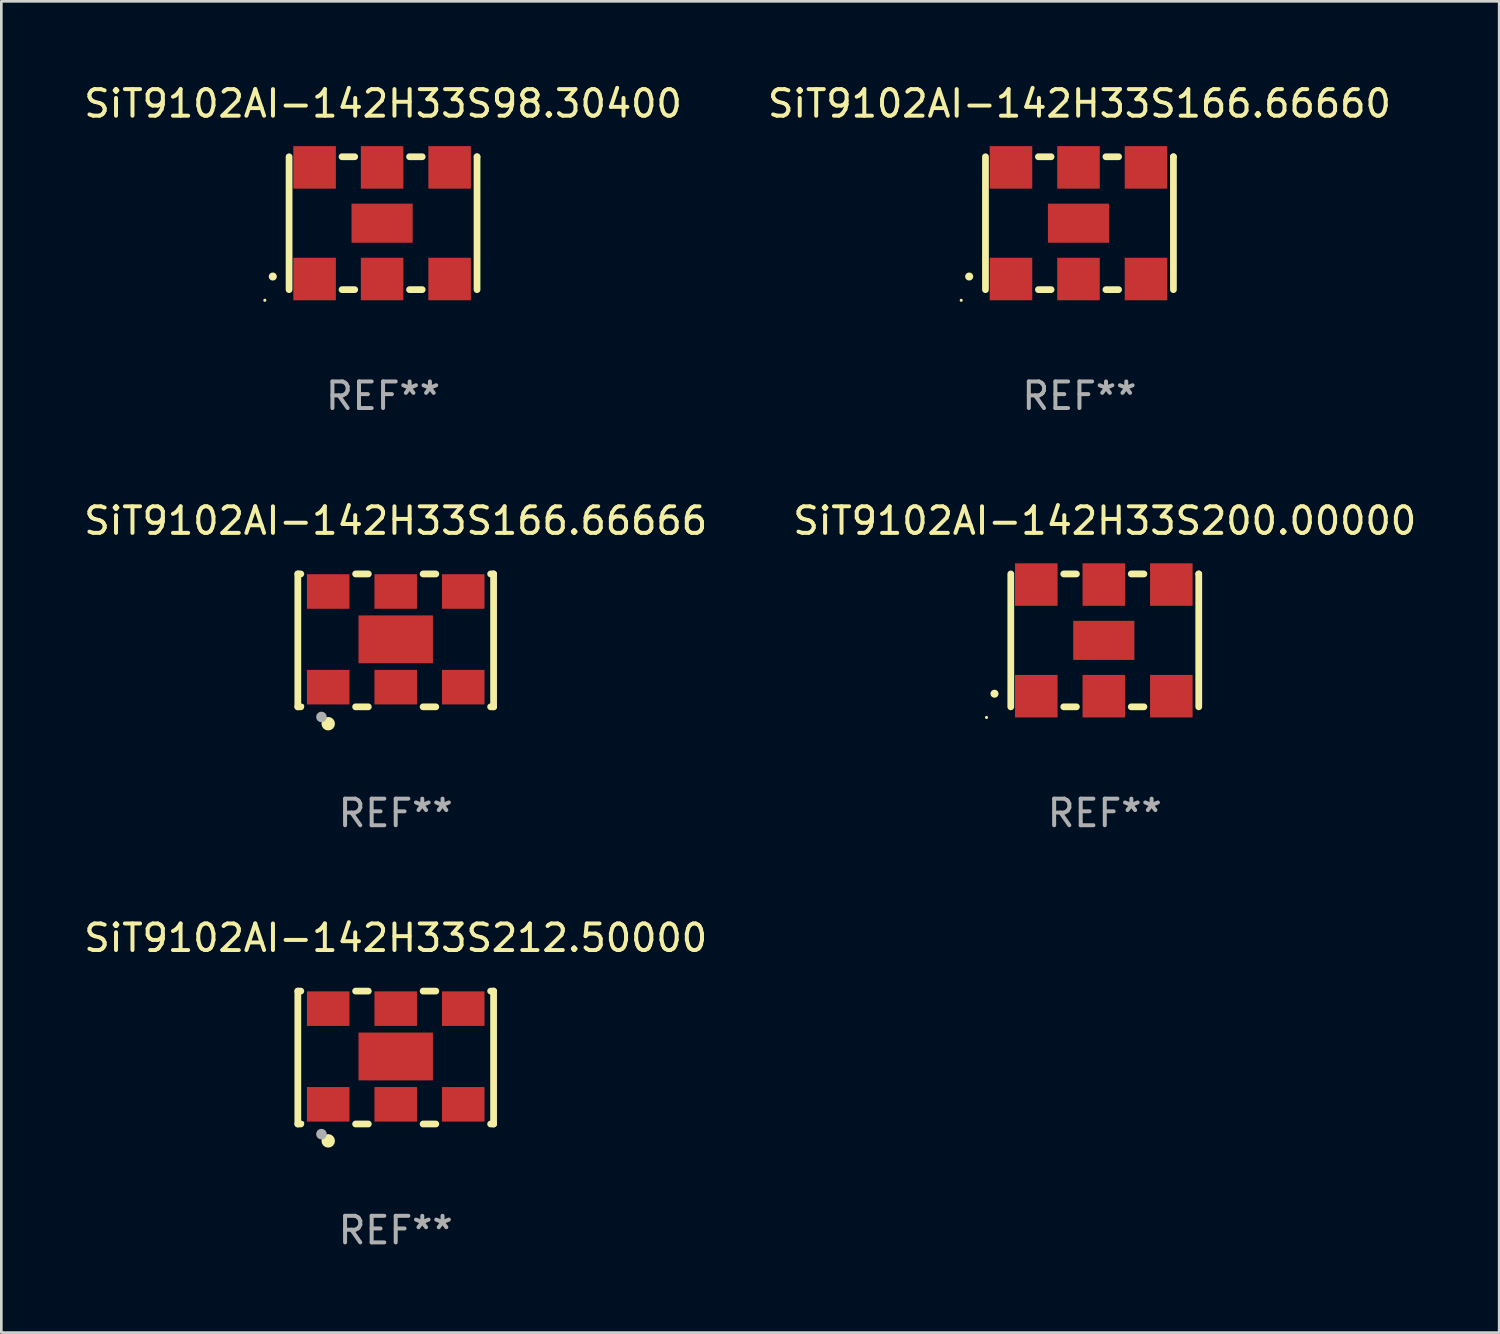
<source format=kicad_pcb>
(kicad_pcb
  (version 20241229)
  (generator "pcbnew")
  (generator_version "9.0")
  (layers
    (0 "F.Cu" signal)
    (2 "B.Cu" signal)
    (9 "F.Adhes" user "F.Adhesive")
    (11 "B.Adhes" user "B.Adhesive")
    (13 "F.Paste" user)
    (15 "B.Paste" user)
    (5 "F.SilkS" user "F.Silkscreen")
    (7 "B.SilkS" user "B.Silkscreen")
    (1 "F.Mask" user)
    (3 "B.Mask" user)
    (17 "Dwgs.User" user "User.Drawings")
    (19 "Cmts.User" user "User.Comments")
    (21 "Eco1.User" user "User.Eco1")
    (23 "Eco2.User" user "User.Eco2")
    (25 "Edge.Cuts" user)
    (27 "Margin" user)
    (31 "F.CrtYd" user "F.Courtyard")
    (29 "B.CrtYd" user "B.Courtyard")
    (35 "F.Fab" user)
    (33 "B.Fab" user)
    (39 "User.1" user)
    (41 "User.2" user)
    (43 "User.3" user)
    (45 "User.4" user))
  (footprint "SiT9102AI-142H33S166.66660"
    (layer "F.Cu")
    (at 37.565 5.348)
    (property "Reference" "SiT9102AI-142H33S166.66660" (at 0 -4.5 0) (layer "F.SilkS") (effects (font (size 1 1) (thickness 0.15))))
    (attr through_hole)
    (fp_line (start -3.536 -2.5) (end -3.536 2.5) (stroke (width 0.254) (type solid)) (layer "F.SilkS"))
    (fp_line (start -1.544 2.5) (end -1.067 2.5) (stroke (width 0.254) (type solid)) (layer "F.SilkS"))
    (fp_line (start -1.067 -2.5) (end -1.544 -2.5) (stroke (width 0.254) (type solid)) (layer "F.SilkS"))
    (fp_line (start 0.996 2.5) (end 1.473 2.5) (stroke (width 0.254) (type solid)) (layer "F.SilkS"))
    (fp_line (start 1.473 -2.5) (end 0.996 -2.5) (stroke (width 0.254) (type solid)) (layer "F.SilkS"))
    (fp_line (start 3.536 -2.5) (end 3.536 -2.5) (stroke (width 0.254) (type solid)) (layer "F.SilkS"))
    (fp_line (start 3.536 2.5) (end 3.536 -2.5) (stroke (width 0.254) (type solid)) (layer "F.SilkS"))
    (fp_arc (start -4.150432 2.006604) (mid -4.149162 2.006599) (end -4.147892 2.006604) (stroke (width 0.3) (type solid)) (layer "F.SilkS"))
    (fp_circle (center -4.449 2.9) (end -4.419 2.9) (stroke (width 0.06) (type solid)) (fill no) (layer "F.SilkS"))
    (fp_text user "REF**" (at 0 6.5 0) (layer "F.Fab") (effects (font (size 1 1) (thickness 0.15))))
    (pad "1" smd rect (at -2.576 2.1) (size 1.6 1.6) (layers "F.Cu" "F.Mask" "F.Paste"))
    (pad "2" smd rect (at -0.036 2.1) (size 1.6 1.6) (layers "F.Cu" "F.Mask" "F.Paste"))
    (pad "3" smd rect (at 2.504 2.1) (size 1.6 1.6) (layers "F.Cu" "F.Mask" "F.Paste"))
    (pad "4" smd rect (at 2.504 -2.1) (size 1.6 1.6) (layers "F.Cu" "F.Mask" "F.Paste"))
    (pad "5" smd rect (at -0.036 -2.1) (size 1.6 1.6) (layers "F.Cu" "F.Mask" "F.Paste"))
    (pad "6" smd rect (at -2.576 -2.1) (size 1.6 1.6) (layers "F.Cu" "F.Mask" "F.Paste"))
    (pad "7" smd rect (at -0.036 0) (size 2.3 1.47) (layers "F.Cu" "F.Mask" "F.Paste")))
  (footprint "SiT9102AI-142H33S166.66666"
    (layer "F.Cu")
    (at 11.839 21.045)
    (property "Reference" "SiT9102AI-142H33S166.66666" (at 0 -4.5 0) (layer "F.SilkS") (effects (font (size 1 1) (thickness 0.15))))
    (attr through_hole)
    (fp_line (start -3.683 -2.5) (end -3.571 -2.5) (stroke (width 0.254) (type solid)) (layer "F.SilkS"))
    (fp_line (start -3.683 2.5) (end -3.683 -2.5) (stroke (width 0.254) (type solid)) (layer "F.SilkS"))
    (fp_line (start -3.683 2.5) (end -3.571 2.5) (stroke (width 0.254) (type solid)) (layer "F.SilkS"))
    (fp_line (start -1.509 -2.5) (end -1.031 -2.5) (stroke (width 0.254) (type solid)) (layer "F.SilkS"))
    (fp_line (start -1.509 2.5) (end -1.031 2.5) (stroke (width 0.254) (type solid)) (layer "F.SilkS"))
    (fp_line (start 1.031 -2.5) (end 1.509 -2.5) (stroke (width 0.254) (type solid)) (layer "F.SilkS"))
    (fp_line (start 1.031 2.5) (end 1.509 2.5) (stroke (width 0.254) (type solid)) (layer "F.SilkS"))
    (fp_line (start 3.571 -2.5) (end 3.683 -2.5) (stroke (width 0.254) (type solid)) (layer "F.SilkS"))
    (fp_line (start 3.571 2.5) (end 3.683 2.5) (stroke (width 0.254) (type solid)) (layer "F.SilkS"))
    (fp_line (start 3.683 2.5) (end 3.683 -2.5) (stroke (width 0.254) (type solid)) (layer "F.SilkS"))
    (fp_circle (center -3.5 2.46) (end -3.47 2.46) (stroke (width 0.06) (type solid)) (fill no) (layer "F.SilkS"))
    (fp_circle (center -2.54 3.135) (end -2.413 3.135) (stroke (width 0.254) (type solid)) (fill no) (layer "F.SilkS"))
    (fp_circle (center -2.794 2.881) (end -2.694 2.881) (stroke (width 0.2) (type solid)) (fill no) (layer "F.Fab"))
    (fp_text user "REF**" (at 0 6.5 0) (layer "F.Fab") (effects (font (size 1 1) (thickness 0.15))))
    (pad "1" smd rect (at -2.54 1.76) (size 1.6 1.3) (layers "F.Cu" "F.Mask" "F.Paste"))
    (pad "2" smd rect (at 0 1.76) (size 1.6 1.3) (layers "F.Cu" "F.Mask" "F.Paste"))
    (pad "3" smd rect (at 2.54 1.76) (size 1.6 1.3) (layers "F.Cu" "F.Mask" "F.Paste"))
    (pad "4" smd rect (at 2.54 -1.84) (size 1.6 1.3) (layers "F.Cu" "F.Mask" "F.Paste"))
    (pad "5" smd rect (at 0 -1.84) (size 1.6 1.3) (layers "F.Cu" "F.Mask" "F.Paste"))
    (pad "6" smd rect (at -2.54 -1.84) (size 1.6 1.3) (layers "F.Cu" "F.Mask" "F.Paste"))
    (pad "7" smd rect (at 0 -0.04) (size 2.8 1.8) (layers "F.Cu" "F.Mask" "F.Paste")))
  (footprint "SiT9102AI-142H33S212.50000"
    (layer "F.Cu")
    (at 11.839 36.741)
    (property "Reference" "SiT9102AI-142H33S212.50000" (at 0 -4.5 0) (layer "F.SilkS") (effects (font (size 1 1) (thickness 0.15))))
    (attr through_hole)
    (fp_line (start -3.683 -2.5) (end -3.571 -2.5) (stroke (width 0.254) (type solid)) (layer "F.SilkS"))
    (fp_line (start -3.683 2.5) (end -3.683 -2.5) (stroke (width 0.254) (type solid)) (layer "F.SilkS"))
    (fp_line (start -3.683 2.5) (end -3.571 2.5) (stroke (width 0.254) (type solid)) (layer "F.SilkS"))
    (fp_line (start -1.509 -2.5) (end -1.031 -2.5) (stroke (width 0.254) (type solid)) (layer "F.SilkS"))
    (fp_line (start -1.509 2.5) (end -1.031 2.5) (stroke (width 0.254) (type solid)) (layer "F.SilkS"))
    (fp_line (start 1.031 -2.5) (end 1.509 -2.5) (stroke (width 0.254) (type solid)) (layer "F.SilkS"))
    (fp_line (start 1.031 2.5) (end 1.509 2.5) (stroke (width 0.254) (type solid)) (layer "F.SilkS"))
    (fp_line (start 3.571 -2.5) (end 3.683 -2.5) (stroke (width 0.254) (type solid)) (layer "F.SilkS"))
    (fp_line (start 3.571 2.5) (end 3.683 2.5) (stroke (width 0.254) (type solid)) (layer "F.SilkS"))
    (fp_line (start 3.683 2.5) (end 3.683 -2.5) (stroke (width 0.254) (type solid)) (layer "F.SilkS"))
    (fp_circle (center -3.5 2.46) (end -3.47 2.46) (stroke (width 0.06) (type solid)) (fill no) (layer "F.SilkS"))
    (fp_circle (center -2.54 3.135) (end -2.413 3.135) (stroke (width 0.254) (type solid)) (fill no) (layer "F.SilkS"))
    (fp_circle (center -2.794 2.881) (end -2.694 2.881) (stroke (width 0.2) (type solid)) (fill no) (layer "F.Fab"))
    (fp_text user "REF**" (at 0 6.5 0) (layer "F.Fab") (effects (font (size 1 1) (thickness 0.15))))
    (pad "1" smd rect (at -2.54 1.76) (size 1.6 1.3) (layers "F.Cu" "F.Mask" "F.Paste"))
    (pad "2" smd rect (at 0 1.76) (size 1.6 1.3) (layers "F.Cu" "F.Mask" "F.Paste"))
    (pad "3" smd rect (at 2.54 1.76) (size 1.6 1.3) (layers "F.Cu" "F.Mask" "F.Paste"))
    (pad "4" smd rect (at 2.54 -1.84) (size 1.6 1.3) (layers "F.Cu" "F.Mask" "F.Paste"))
    (pad "5" smd rect (at 0 -1.84) (size 1.6 1.3) (layers "F.Cu" "F.Mask" "F.Paste"))
    (pad "6" smd rect (at -2.54 -1.84) (size 1.6 1.3) (layers "F.Cu" "F.Mask" "F.Paste"))
    (pad "7" smd rect (at 0 -0.04) (size 2.8 1.8) (layers "F.Cu" "F.Mask" "F.Paste")))
  (footprint "SiT9102AI-142H33S98.30400"
    (layer "F.Cu")
    (at 11.363 5.348)
    (property "Reference" "SiT9102AI-142H33S98.30400" (at 0 -4.5 0) (layer "F.SilkS") (effects (font (size 1 1) (thickness 0.15))))
    (attr through_hole)
    (fp_line (start -3.536 -2.5) (end -3.536 2.5) (stroke (width 0.254) (type solid)) (layer "F.SilkS"))
    (fp_line (start -1.544 2.5) (end -1.067 2.5) (stroke (width 0.254) (type solid)) (layer "F.SilkS"))
    (fp_line (start -1.067 -2.5) (end -1.544 -2.5) (stroke (width 0.254) (type solid)) (layer "F.SilkS"))
    (fp_line (start 0.996 2.5) (end 1.473 2.5) (stroke (width 0.254) (type solid)) (layer "F.SilkS"))
    (fp_line (start 1.473 -2.5) (end 0.996 -2.5) (stroke (width 0.254) (type solid)) (layer "F.SilkS"))
    (fp_line (start 3.536 -2.5) (end 3.536 -2.5) (stroke (width 0.254) (type solid)) (layer "F.SilkS"))
    (fp_line (start 3.536 2.5) (end 3.536 -2.5) (stroke (width 0.254) (type solid)) (layer "F.SilkS"))
    (fp_arc (start -4.150432 2.006604) (mid -4.149162 2.006599) (end -4.147892 2.006604) (stroke (width 0.3) (type solid)) (layer "F.SilkS"))
    (fp_circle (center -4.449 2.9) (end -4.419 2.9) (stroke (width 0.06) (type solid)) (fill no) (layer "F.SilkS"))
    (fp_text user "REF**" (at 0 6.5 0) (layer "F.Fab") (effects (font (size 1 1) (thickness 0.15))))
    (pad "1" smd rect (at -2.576 2.1) (size 1.6 1.6) (layers "F.Cu" "F.Mask" "F.Paste"))
    (pad "2" smd rect (at -0.036 2.1) (size 1.6 1.6) (layers "F.Cu" "F.Mask" "F.Paste"))
    (pad "3" smd rect (at 2.504 2.1) (size 1.6 1.6) (layers "F.Cu" "F.Mask" "F.Paste"))
    (pad "4" smd rect (at 2.504 -2.1) (size 1.6 1.6) (layers "F.Cu" "F.Mask" "F.Paste"))
    (pad "5" smd rect (at -0.036 -2.1) (size 1.6 1.6) (layers "F.Cu" "F.Mask" "F.Paste"))
    (pad "6" smd rect (at -2.576 -2.1) (size 1.6 1.6) (layers "F.Cu" "F.Mask" "F.Paste"))
    (pad "7" smd rect (at -0.036 0) (size 2.3 1.47) (layers "F.Cu" "F.Mask" "F.Paste")))
  (footprint "SiT9102AI-142H33S200.00000"
    (layer "F.Cu")
    (at 38.518 21.045)
    (property "Reference" "SiT9102AI-142H33S200.00000" (at 0 -4.5 0) (layer "F.SilkS") (effects (font (size 1 1) (thickness 0.15))))
    (attr through_hole)
    (fp_line (start -3.536 -2.5) (end -3.536 2.5) (stroke (width 0.254) (type solid)) (layer "F.SilkS"))
    (fp_line (start -1.544 2.5) (end -1.067 2.5) (stroke (width 0.254) (type solid)) (layer "F.SilkS"))
    (fp_line (start -1.067 -2.5) (end -1.544 -2.5) (stroke (width 0.254) (type solid)) (layer "F.SilkS"))
    (fp_line (start 0.996 2.5) (end 1.473 2.5) (stroke (width 0.254) (type solid)) (layer "F.SilkS"))
    (fp_line (start 1.473 -2.5) (end 0.996 -2.5) (stroke (width 0.254) (type solid)) (layer "F.SilkS"))
    (fp_line (start 3.536 -2.5) (end 3.536 -2.5) (stroke (width 0.254) (type solid)) (layer "F.SilkS"))
    (fp_line (start 3.536 2.5) (end 3.536 -2.5) (stroke (width 0.254) (type solid)) (layer "F.SilkS"))
    (fp_arc (start -4.150432 2.006604) (mid -4.149162 2.006599) (end -4.147892 2.006604) (stroke (width 0.3) (type solid)) (layer "F.SilkS"))
    (fp_circle (center -4.449 2.9) (end -4.419 2.9) (stroke (width 0.06) (type solid)) (fill no) (layer "F.SilkS"))
    (fp_text user "REF**" (at 0 6.5 0) (layer "F.Fab") (effects (font (size 1 1) (thickness 0.15))))
    (pad "1" smd rect (at -2.576 2.1) (size 1.6 1.6) (layers "F.Cu" "F.Mask" "F.Paste"))
    (pad "2" smd rect (at -0.036 2.1) (size 1.6 1.6) (layers "F.Cu" "F.Mask" "F.Paste"))
    (pad "3" smd rect (at 2.504 2.1) (size 1.6 1.6) (layers "F.Cu" "F.Mask" "F.Paste"))
    (pad "4" smd rect (at 2.504 -2.1) (size 1.6 1.6) (layers "F.Cu" "F.Mask" "F.Paste"))
    (pad "5" smd rect (at -0.036 -2.1) (size 1.6 1.6) (layers "F.Cu" "F.Mask" "F.Paste"))
    (pad "6" smd rect (at -2.576 -2.1) (size 1.6 1.6) (layers "F.Cu" "F.Mask" "F.Paste"))
    (pad "7" smd rect (at -0.036 0) (size 2.3 1.47) (layers "F.Cu" "F.Mask" "F.Paste")))
  (gr_rect
    (start -3 -3)
    (end 53.357 47.09)
    (stroke (width 0.1) (type default))
    (fill no)
    (layer "Edge.Cuts")))
</source>
